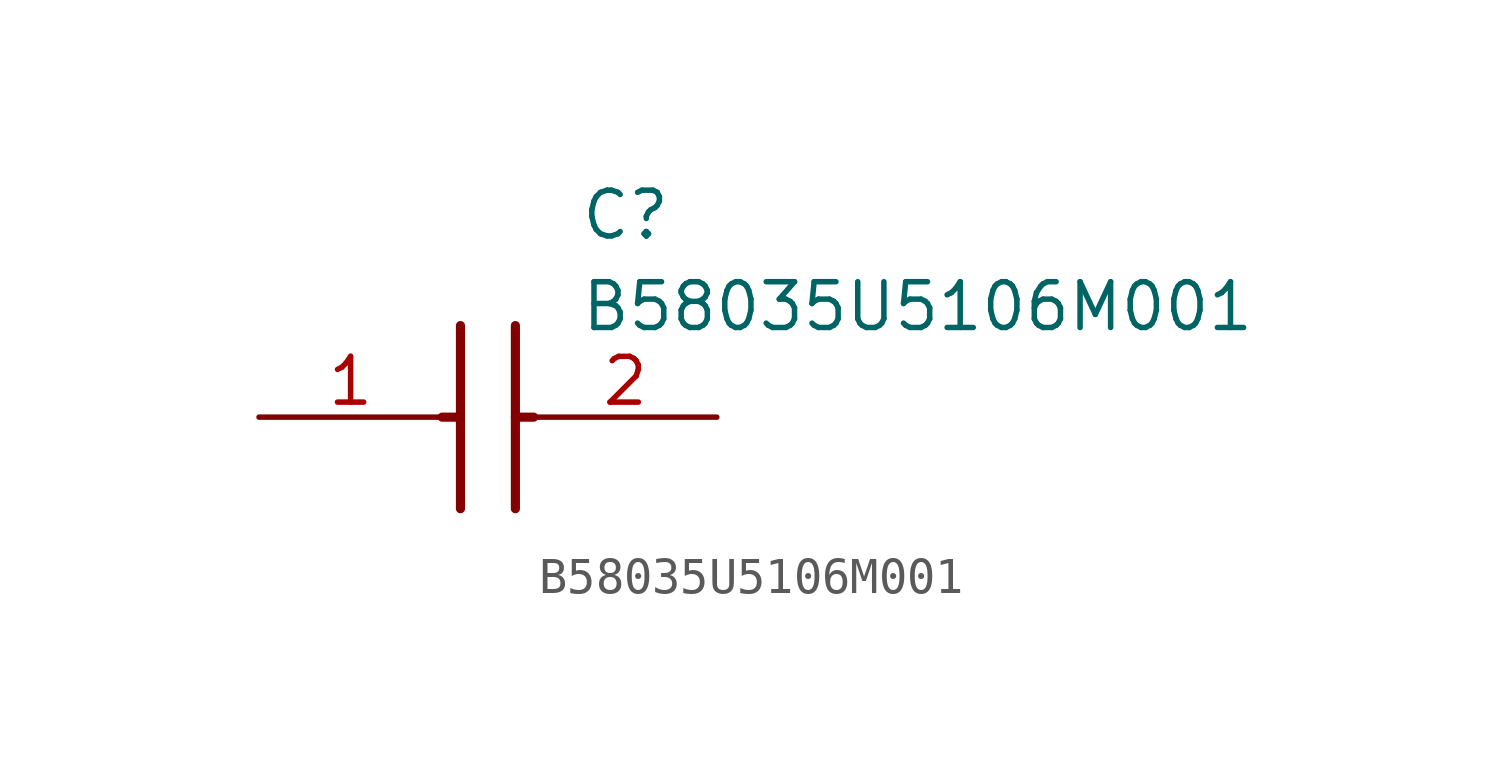
<source format=kicad_sym>
(kicad_symbol_lib
  (version 20211014)
  (generator SamacSys_ECAD_Model)
  (symbol "B58035U5106M001"
    (pin_names hide)
    (property "Reference" "C"
      (at 8.89 6.35 0)
      (effects (font (size 1.27 1.27)) (justify left top)))
    (property "Value" "B58035U5106M001"
      (at 8.89 3.81 0)
      (effects (font (size 1.27 1.27)) (justify left top)))
    (polyline
      (pts (xy 5.588 2.54) (xy 5.588 -2.54))
      (stroke (width 0.254) (type default))
      (fill (type none)))
    (polyline
      (pts (xy 7.112 2.54) (xy 7.112 -2.54))
      (stroke (width 0.254) (type default))
      (fill (type none)))
    (polyline
      (pts (xy 5.08 0) (xy 5.588 0))
      (stroke (width 0.254) (type default))
      (fill (type none)))
    (polyline
      (pts (xy 7.112 0) (xy 7.62 0))
      (stroke (width 0.254) (type default))
      (fill (type none)))
    (pin passive line
      (at 0 0 0)
      (length 5.08)
      (name "1" (effects (font (size 1.27 1.27))))
      (number "1" (effects (font (size 1.27 1.27)))))
    (pin passive line
      (at 12.7 0 180)
      (length 5.08)
      (name "2" (effects (font (size 1.27 1.27))))
      (number "2" (effects (font (size 1.27 1.27)))))))
</source>
